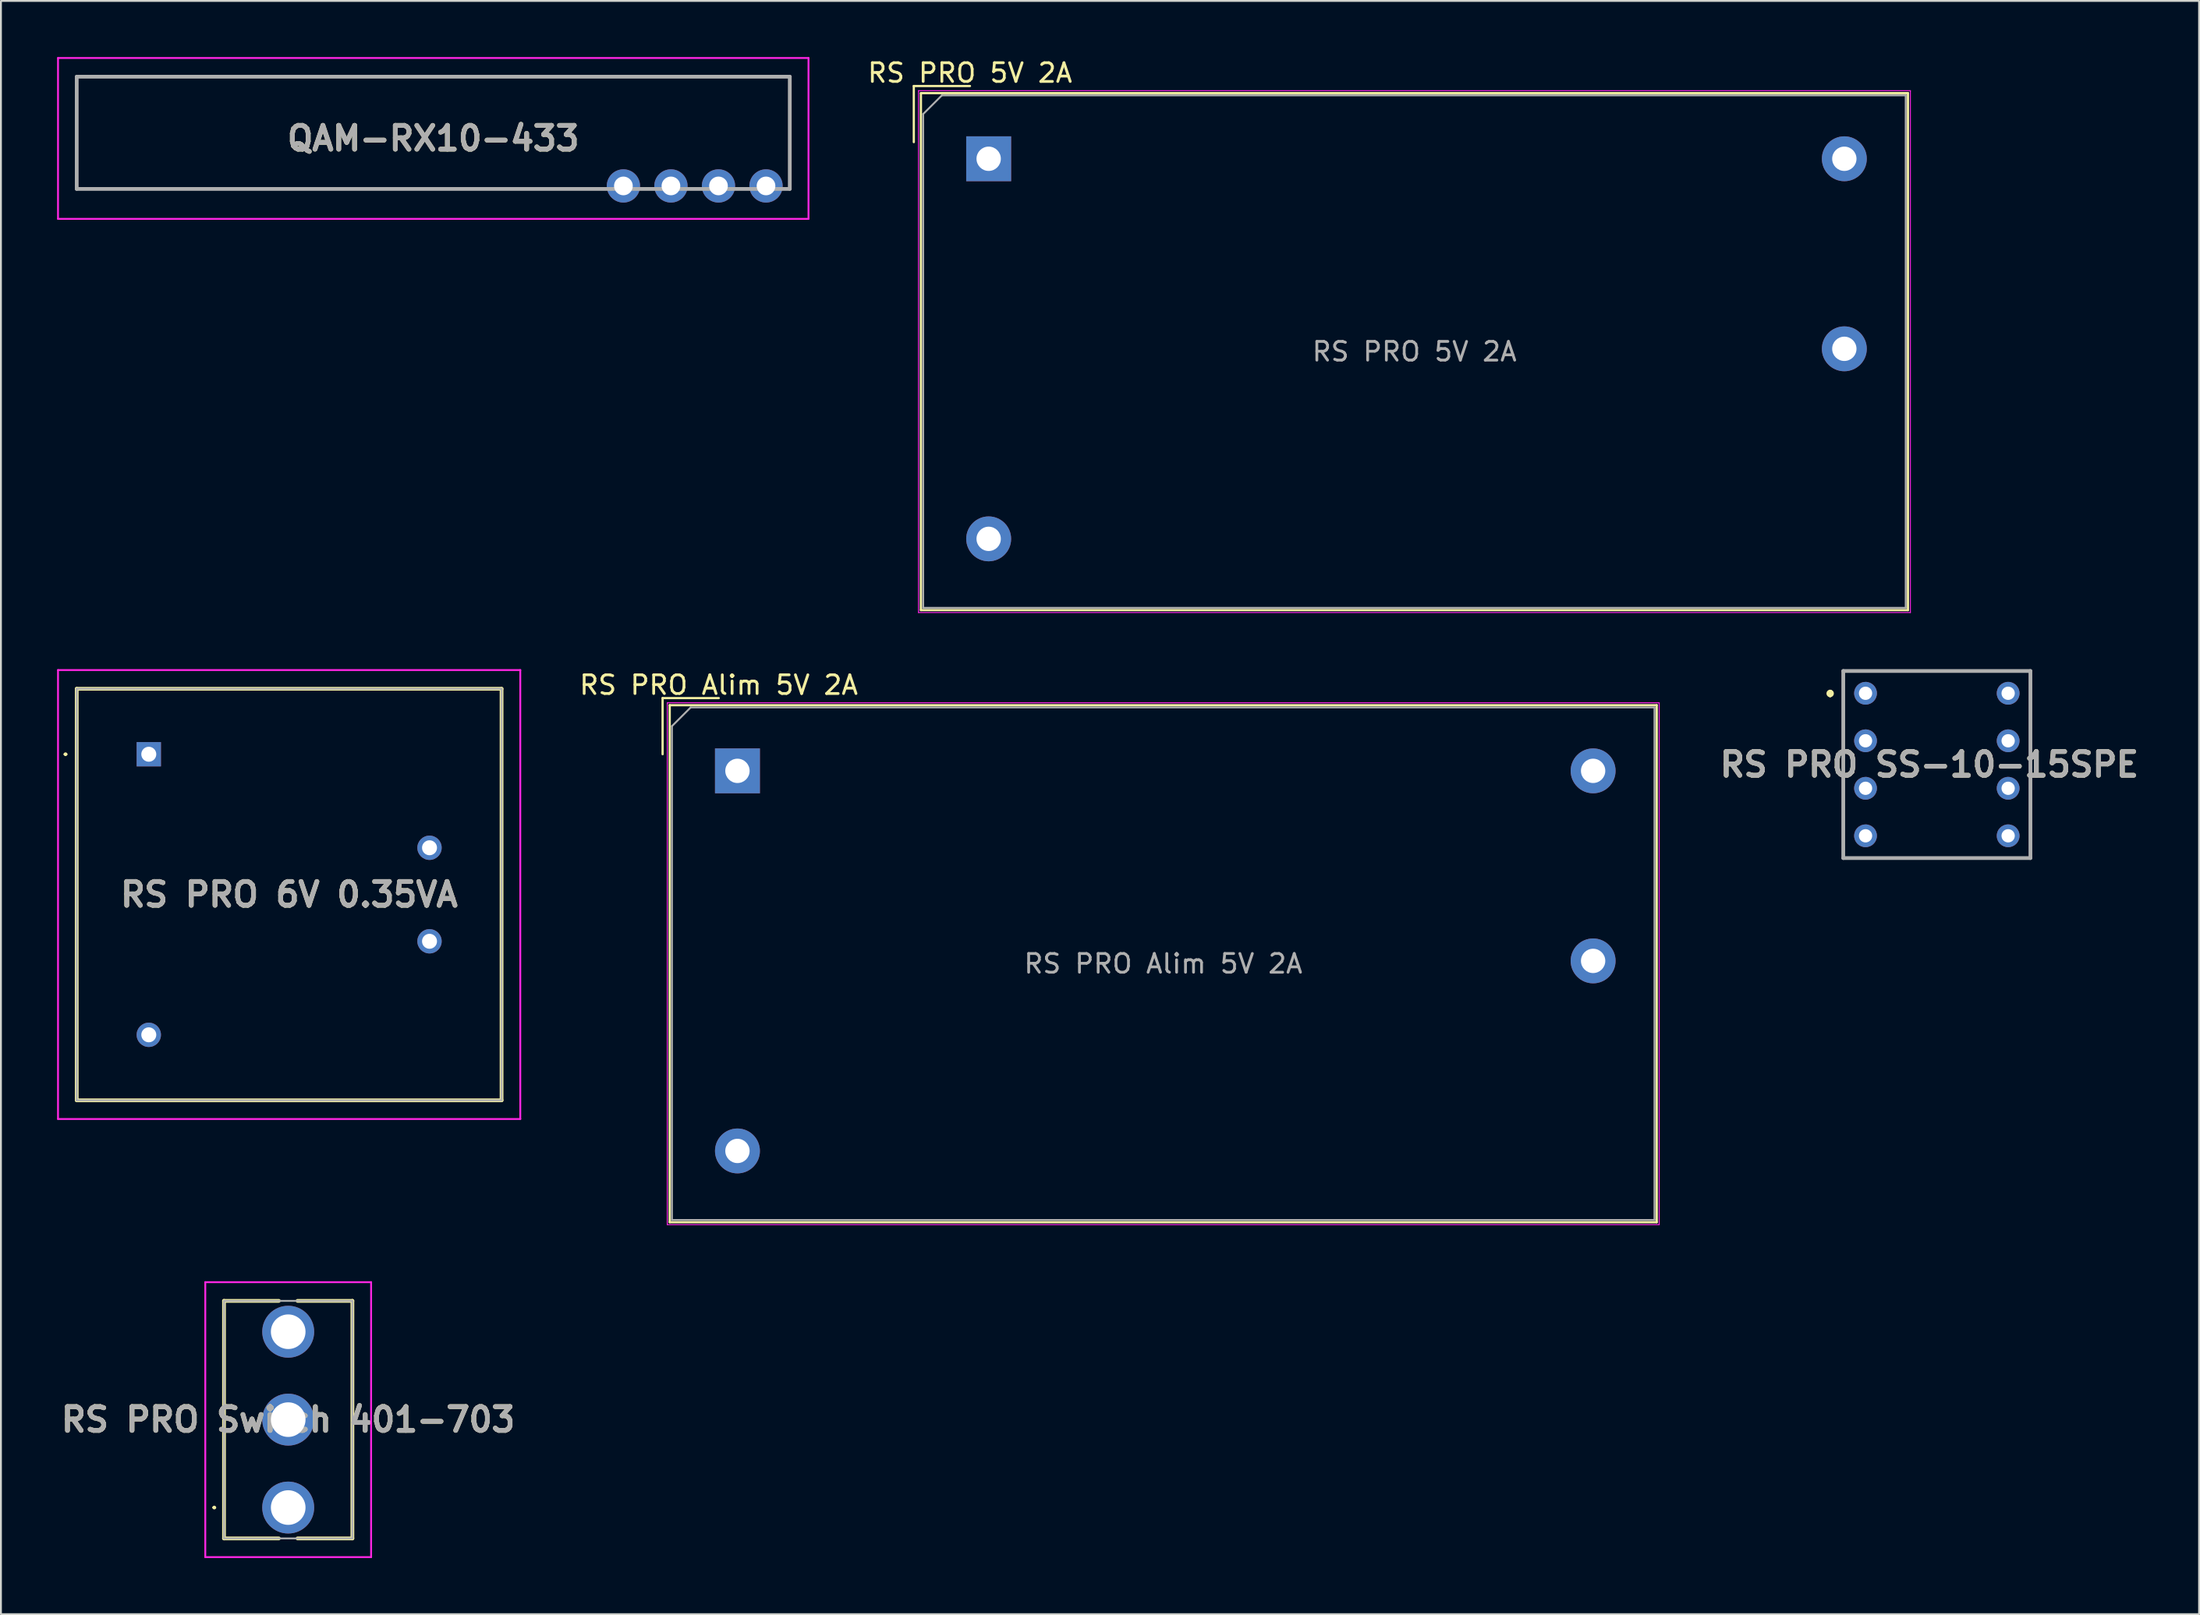
<source format=kicad_pcb>
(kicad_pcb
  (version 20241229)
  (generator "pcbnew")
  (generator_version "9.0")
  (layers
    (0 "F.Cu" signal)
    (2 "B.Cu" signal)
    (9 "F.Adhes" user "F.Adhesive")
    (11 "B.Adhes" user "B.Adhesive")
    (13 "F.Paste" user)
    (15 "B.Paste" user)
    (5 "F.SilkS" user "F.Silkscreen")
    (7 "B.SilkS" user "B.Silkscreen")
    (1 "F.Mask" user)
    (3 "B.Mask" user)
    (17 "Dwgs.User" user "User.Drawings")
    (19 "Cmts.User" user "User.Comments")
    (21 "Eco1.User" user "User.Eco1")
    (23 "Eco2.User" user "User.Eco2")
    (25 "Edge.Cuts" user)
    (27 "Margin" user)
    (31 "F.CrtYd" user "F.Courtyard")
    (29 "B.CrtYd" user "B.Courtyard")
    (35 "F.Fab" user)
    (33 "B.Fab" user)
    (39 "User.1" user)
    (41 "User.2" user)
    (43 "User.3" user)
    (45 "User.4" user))
  (footprint "QAM-RX10-433"
    (layer "F.Cu")
    (at 20.1 4.35)
    (property "Reference" "QAM-RX10-433" (at 0 0 0) (layer "F.SilkS") (effects (font (size 1.27 1.27) (thickness 0.254))))
    (attr through_hole)
    (fp_line (start -19.05 -3.3) (end 19.05 -3.3) (stroke (width 0.1) (type solid)) (layer "F.SilkS"))
    (fp_line (start -19.05 2.7) (end -19.05 -3.3) (stroke (width 0.1) (type solid)) (layer "F.SilkS"))
    (fp_line (start -18.6 2.7) (end -19.05 2.7) (stroke (width 0.1) (type solid)) (layer "F.SilkS"))
    (fp_line (start -18.6 2.7) (end 7.62 2.7) (stroke (width 0.1) (type solid)) (layer "F.SilkS"))
    (fp_line (start 19.05 -3.3) (end 19.05 2.7) (stroke (width 0.1) (type solid)) (layer "F.SilkS"))
    (fp_line (start 19.05 2.7) (end 18.6 2.7) (stroke (width 0.1) (type solid)) (layer "F.SilkS"))
    (fp_line (start -20.05 -4.3) (end -20.05 4.3) (stroke (width 0.1) (type solid)) (layer "F.CrtYd"))
    (fp_line (start -20.05 4.3) (end 20.05 4.3) (stroke (width 0.1) (type solid)) (layer "F.CrtYd"))
    (fp_line (start 20.05 -4.3) (end -20.05 -4.3) (stroke (width 0.1) (type solid)) (layer "F.CrtYd"))
    (fp_line (start 20.05 4.3) (end 20.05 -4.3) (stroke (width 0.1) (type solid)) (layer "F.CrtYd"))
    (fp_line (start -19.05 -3.3) (end -19.05 2.7) (stroke (width 0.2) (type solid)) (layer "F.Fab"))
    (fp_line (start -19.05 2.7) (end 19.05 2.7) (stroke (width 0.2) (type solid)) (layer "F.Fab"))
    (fp_line (start 19.05 -3.3) (end -19.05 -3.3) (stroke (width 0.2) (type solid)) (layer "F.Fab"))
    (fp_line (start 19.05 2.7) (end 19.05 -3.3) (stroke (width 0.2) (type solid)) (layer "F.Fab"))
    (fp_text user "${REFERENCE}" (at 0 0 0) (layer "F.Fab") (effects (font (size 1.27 1.27) (thickness 0.254))))
    (pad "1" thru_hole circle (at 10.16 2.54 90) (size 1.778 1.778) (drill 1) (layers "*.Cu" "*.Mask"))
    (pad "2" thru_hole circle (at 12.7 2.54 90) (size 1.778 1.778) (drill 1) (layers "*.Cu" "*.Mask"))
    (pad "3" thru_hole circle (at 15.24 2.54 90) (size 1.778 1.778) (drill 1) (layers "*.Cu" "*.Mask"))
    (pad "4" thru_hole circle (at 17.78 2.54 90) (size 1.778 1.778) (drill 1) (layers "*.Cu" "*.Mask")))
  (footprint "RS PRO 6V 0.35VA"
    (layer "F.Cu")
    (at 4.9 37.273)
    (property "Reference" "RS PRO 6V 0.35VA" (at 7.5 7.5 0) (layer "F.SilkS") (effects (font (size 1.27 1.27) (thickness 0.254))))
    (attr through_hole)
    (fp_line (start -4.5 0) (end -4.5 0) (stroke (width 0.1) (type solid)) (layer "F.SilkS"))
    (fp_line (start -4.4 0) (end -4.4 0) (stroke (width 0.1) (type solid)) (layer "F.SilkS"))
    (fp_line (start -3.85 -3.5) (end 18.85 -3.5) (stroke (width 0.2) (type solid)) (layer "F.SilkS"))
    (fp_line (start -3.85 18.5) (end -3.85 -3.5) (stroke (width 0.2) (type solid)) (layer "F.SilkS"))
    (fp_line (start 18.85 -3.5) (end 18.85 18.5) (stroke (width 0.2) (type solid)) (layer "F.SilkS"))
    (fp_line (start 18.85 18.5) (end -3.85 18.5) (stroke (width 0.2) (type solid)) (layer "F.SilkS"))
    (fp_arc (start -4.5 0) (mid -4.45 -0.05) (end -4.4 0) (stroke (width 0.1) (type solid)) (layer "F.SilkS"))
    (fp_arc (start -4.4 0) (mid -4.45 0.05) (end -4.5 0) (stroke (width 0.1) (type solid)) (layer "F.SilkS"))
    (fp_line (start -4.85 -4.5) (end 19.85 -4.5) (stroke (width 0.1) (type solid)) (layer "F.CrtYd"))
    (fp_line (start -4.85 19.5) (end -4.85 -4.5) (stroke (width 0.1) (type solid)) (layer "F.CrtYd"))
    (fp_line (start 19.85 -4.5) (end 19.85 19.5) (stroke (width 0.1) (type solid)) (layer "F.CrtYd"))
    (fp_line (start 19.85 19.5) (end -4.85 19.5) (stroke (width 0.1) (type solid)) (layer "F.CrtYd"))
    (fp_line (start -3.85 -3.5) (end 18.85 -3.5) (stroke (width 0.1) (type solid)) (layer "F.Fab"))
    (fp_line (start -3.85 18.5) (end -3.85 -3.5) (stroke (width 0.1) (type solid)) (layer "F.Fab"))
    (fp_line (start 18.85 -3.5) (end 18.85 18.5) (stroke (width 0.1) (type solid)) (layer "F.Fab"))
    (fp_line (start 18.85 18.5) (end -3.85 18.5) (stroke (width 0.1) (type solid)) (layer "F.Fab"))
    (fp_text user "${REFERENCE}" (at 7.5 7.5 0) (layer "F.Fab") (effects (font (size 1.27 1.27) (thickness 0.254))))
    (pad "1" thru_hole rect (at 0 0) (size 1.3 1.3) (drill 0.8) (layers "*.Cu" "*.Mask"))
    (pad "2" thru_hole circle (at 0 15) (size 1.3 1.3) (drill 0.8) (layers "*.Cu" "*.Mask"))
    (pad "3" thru_hole circle (at 15 5) (size 1.3 1.3) (drill 0.8) (layers "*.Cu" "*.Mask"))
    (pad "4" thru_hole circle (at 15 10) (size 1.3 1.3) (drill 0.8) (layers "*.Cu" "*.Mask")))
  (footprint "RS PRO 5V 2A"
    (layer "F.Cu")
    (at 49.777 5.438)
    (property "Reference" "RS PRO 5V 2A" (at -1 -4.59 0) (layer "F.SilkS") (effects (font (size 1 1) (thickness 0.15))))
    (attr through_hole)
    (fp_line (start -4 -3.89) (end -1 -3.89) (stroke (width 0.12) (type solid)) (layer "F.SilkS"))
    (fp_line (start -4 -0.89) (end -4 -3.89) (stroke (width 0.12) (type solid)) (layer "F.SilkS"))
    (fp_line (start -3.62 -3.51) (end -3.62 24.13) (stroke (width 0.12) (type solid)) (layer "F.SilkS"))
    (fp_line (start -3.62 -3.51) (end 49.12 -3.51) (stroke (width 0.12) (type solid)) (layer "F.SilkS"))
    (fp_line (start -3.62 24.13) (end 49.12 24.13) (stroke (width 0.12) (type solid)) (layer "F.SilkS"))
    (fp_line (start 49.12 -3.51) (end 49.12 24.13) (stroke (width 0.12) (type solid)) (layer "F.SilkS"))
    (fp_line (start -3.75 -3.64) (end -3.75 24.26) (stroke (width 0.05) (type solid)) (layer "F.CrtYd"))
    (fp_line (start -3.75 -3.64) (end 49.25 -3.64) (stroke (width 0.05) (type solid)) (layer "F.CrtYd"))
    (fp_line (start -3.75 24.26) (end 49.25 24.26) (stroke (width 0.05) (type solid)) (layer "F.CrtYd"))
    (fp_line (start 49.25 -3.64) (end 49.25 24.26) (stroke (width 0.05) (type solid)) (layer "F.CrtYd"))
    (fp_line (start -3.5 -2.39) (end -2.5 -3.39) (stroke (width 0.1) (type solid)) (layer "F.Fab"))
    (fp_line (start -3.5 24.01) (end -3.5 -2.39) (stroke (width 0.1) (type solid)) (layer "F.Fab"))
    (fp_line (start -2.5 -3.39) (end 49 -3.39) (stroke (width 0.1) (type solid)) (layer "F.Fab"))
    (fp_line (start 49 -3.39) (end 49 24.01) (stroke (width 0.1) (type solid)) (layer "F.Fab"))
    (fp_line (start 49 24.01) (end -3.5 24.01) (stroke (width 0.1) (type solid)) (layer "F.Fab"))
    (fp_text user "${REFERENCE}" (at 22.75 10.31 0) (layer "F.Fab") (effects (font (size 1 1) (thickness 0.15))))
    (pad "1" thru_hole rect (at 0 0) (size 2.4 2.4) (drill 1.3) (layers "*.Cu" "*.Mask"))
    (pad "2" thru_hole circle (at 0 20.32) (size 2.4 2.4) (drill 1.3) (layers "*.Cu" "*.Mask"))
    (pad "3" thru_hole circle (at 45.72 10.16) (size 2.4 2.4) (drill 1.3) (layers "*.Cu" "*.Mask"))
    (pad "4" thru_hole circle (at 45.72 0) (size 2.4 2.4) (drill 1.3) (layers "*.Cu" "*.Mask")))
  (footprint "RS PRO Switch 401-703"
    (layer "F.Cu")
    (at 12.349 77.546)
    (property "Reference" "RS PRO Switch 401-703" (at 0 -4.7 0) (layer "F.SilkS") (effects (font (size 1.27 1.27) (thickness 0.254))))
    (attr through_hole)
    (fp_line (start -4 0) (end -4 0) (stroke (width 0.1) (type solid)) (layer "F.SilkS"))
    (fp_line (start -3.9 0) (end -3.9 0) (stroke (width 0.1) (type solid)) (layer "F.SilkS"))
    (fp_line (start -3.43 -11.05) (end -0.5 -11.05) (stroke (width 0.2) (type solid)) (layer "F.SilkS"))
    (fp_line (start -3.43 1.65) (end -3.43 -11.05) (stroke (width 0.2) (type solid)) (layer "F.SilkS"))
    (fp_line (start -0.5 1.65) (end -3.43 1.65) (stroke (width 0.2) (type solid)) (layer "F.SilkS"))
    (fp_line (start 0.5 -11.05) (end 3.43 -11.05) (stroke (width 0.2) (type solid)) (layer "F.SilkS"))
    (fp_line (start 3.43 -11.05) (end 3.43 1.65) (stroke (width 0.2) (type solid)) (layer "F.SilkS"))
    (fp_line (start 3.43 1.65) (end 0.5 1.65) (stroke (width 0.2) (type solid)) (layer "F.SilkS"))
    (fp_arc (start -4 0) (mid -3.95 -0.05) (end -3.9 0) (stroke (width 0.1) (type solid)) (layer "F.SilkS"))
    (fp_arc (start -3.9 0) (mid -3.95 0.05) (end -4 0) (stroke (width 0.1) (type solid)) (layer "F.SilkS"))
    (fp_line (start -4.43 -12.05) (end -4.43 2.65) (stroke (width 0.1) (type solid)) (layer "F.CrtYd"))
    (fp_line (start -4.43 2.65) (end 4.43 2.65) (stroke (width 0.1) (type solid)) (layer "F.CrtYd"))
    (fp_line (start 4.43 -12.05) (end -4.43 -12.05) (stroke (width 0.1) (type solid)) (layer "F.CrtYd"))
    (fp_line (start 4.43 2.65) (end 4.43 -12.05) (stroke (width 0.1) (type solid)) (layer "F.CrtYd"))
    (fp_line (start -3.43 -11.05) (end -3.43 1.65) (stroke (width 0.1) (type solid)) (layer "F.Fab"))
    (fp_line (start -3.43 1.65) (end 3.43 1.65) (stroke (width 0.1) (type solid)) (layer "F.Fab"))
    (fp_line (start 3.43 -11.05) (end -3.43 -11.05) (stroke (width 0.1) (type solid)) (layer "F.Fab"))
    (fp_line (start 3.43 1.65) (end 3.43 -11.05) (stroke (width 0.1) (type solid)) (layer "F.Fab"))
    (fp_text user "${REFERENCE}" (at 0 -4.7 0) (layer "F.Fab") (effects (font (size 1.27 1.27) (thickness 0.254))))
    (pad "1" thru_hole circle (at 0 0) (size 2.775 2.775) (drill 1.85) (layers "*.Cu" "*.Mask"))
    (pad "2" thru_hole circle (at 0 -4.7) (size 2.775 2.775) (drill 1.85) (layers "*.Cu" "*.Mask"))
    (pad "3" thru_hole circle (at 0 -9.4) (size 2.775 2.775) (drill 1.85) (layers "*.Cu" "*.Mask")))
  (footprint "RS PRO SS-10-15SPE"
    (layer "F.Cu")
    (at 100.04 37.823)
    (property "Reference" "RS PRO SS-10-15SPE" (at 0 0 0) (layer "F.SilkS") (effects (font (size 1.27 1.27) (thickness 0.254))))
    (attr through_hole)
    (fp_line (start -5.3 -3.9) (end -5.3 -3.9) (stroke (width 0.2) (type solid)) (layer "F.SilkS"))
    (fp_line (start -5.3 -3.7) (end -5.3 -3.7) (stroke (width 0.2) (type solid)) (layer "F.SilkS"))
    (fp_line (start -4.6 -5) (end 5.4 -5) (stroke (width 0.1) (type solid)) (layer "F.SilkS"))
    (fp_line (start -4.6 5) (end -4.6 -5) (stroke (width 0.1) (type solid)) (layer "F.SilkS"))
    (fp_line (start 5.4 -5) (end 5.4 5) (stroke (width 0.1) (type solid)) (layer "F.SilkS"))
    (fp_line (start 5.4 5) (end -4.6 5) (stroke (width 0.1) (type solid)) (layer "F.SilkS"))
    (fp_arc (start -5.3 -3.9) (mid -5.2 -3.8) (end -5.3 -3.7) (stroke (width 0.2) (type solid)) (layer "F.SilkS"))
    (fp_arc (start -5.3 -3.7) (mid -5.4 -3.8) (end -5.3 -3.9) (stroke (width 0.2) (type solid)) (layer "F.SilkS"))
    (fp_line (start -4.6 -5) (end 5.4 -5) (stroke (width 0.2) (type solid)) (layer "F.Fab"))
    (fp_line (start -4.6 5) (end -4.6 -5) (stroke (width 0.2) (type solid)) (layer "F.Fab"))
    (fp_line (start 5.4 -5) (end 5.4 5) (stroke (width 0.2) (type solid)) (layer "F.Fab"))
    (fp_line (start 5.4 5) (end -4.6 5) (stroke (width 0.2) (type solid)) (layer "F.Fab"))
    (fp_text user "${REFERENCE}" (at 0 0 0) (layer "F.Fab") (effects (font (size 1.27 1.27) (thickness 0.254))))
    (pad "1" thru_hole circle (at -3.41 -3.81) (size 1.217 1.217) (drill 0.71) (layers "*.Cu" "*.Mask"))
    (pad "2" thru_hole circle (at -3.41 -1.27) (size 1.217 1.217) (drill 0.71) (layers "*.Cu" "*.Mask"))
    (pad "3" thru_hole circle (at -3.41 1.27) (size 1.217 1.217) (drill 0.71) (layers "*.Cu" "*.Mask"))
    (pad "4" thru_hole circle (at -3.41 3.81) (size 1.217 1.217) (drill 0.71) (layers "*.Cu" "*.Mask"))
    (pad "5" thru_hole circle (at 4.21 -3.81) (size 1.217 1.217) (drill 0.71) (layers "*.Cu" "*.Mask"))
    (pad "6" thru_hole circle (at 4.21 -1.27) (size 1.217 1.217) (drill 0.71) (layers "*.Cu" "*.Mask"))
    (pad "7" thru_hole circle (at 4.21 1.27) (size 1.217 1.217) (drill 0.71) (layers "*.Cu" "*.Mask"))
    (pad "8" thru_hole circle (at 4.21 3.81) (size 1.217 1.217) (drill 0.71) (layers "*.Cu" "*.Mask")))
  (footprint "RS PRO Alim 5V 2A"
    (layer "F.Cu")
    (at 36.354 38.161)
    (property "Reference" "RS PRO Alim 5V 2A" (at -1 -4.59 0) (layer "F.SilkS") (effects (font (size 1 1) (thickness 0.15))))
    (attr through_hole)
    (fp_line (start -4 -3.89) (end -1 -3.89) (stroke (width 0.12) (type solid)) (layer "F.SilkS"))
    (fp_line (start -4 -0.89) (end -4 -3.89) (stroke (width 0.12) (type solid)) (layer "F.SilkS"))
    (fp_line (start -3.62 -3.51) (end -3.62 24.13) (stroke (width 0.12) (type solid)) (layer "F.SilkS"))
    (fp_line (start -3.62 -3.51) (end 49.12 -3.51) (stroke (width 0.12) (type solid)) (layer "F.SilkS"))
    (fp_line (start -3.62 24.13) (end 49.12 24.13) (stroke (width 0.12) (type solid)) (layer "F.SilkS"))
    (fp_line (start 49.12 -3.51) (end 49.12 24.13) (stroke (width 0.12) (type solid)) (layer "F.SilkS"))
    (fp_line (start -3.75 -3.64) (end -3.75 24.26) (stroke (width 0.05) (type solid)) (layer "F.CrtYd"))
    (fp_line (start -3.75 -3.64) (end 49.25 -3.64) (stroke (width 0.05) (type solid)) (layer "F.CrtYd"))
    (fp_line (start -3.75 24.26) (end 49.25 24.26) (stroke (width 0.05) (type solid)) (layer "F.CrtYd"))
    (fp_line (start 49.25 -3.64) (end 49.25 24.26) (stroke (width 0.05) (type solid)) (layer "F.CrtYd"))
    (fp_line (start -3.5 -2.39) (end -2.5 -3.39) (stroke (width 0.1) (type solid)) (layer "F.Fab"))
    (fp_line (start -3.5 24.01) (end -3.5 -2.39) (stroke (width 0.1) (type solid)) (layer "F.Fab"))
    (fp_line (start -2.5 -3.39) (end 49 -3.39) (stroke (width 0.1) (type solid)) (layer "F.Fab"))
    (fp_line (start 49 -3.39) (end 49 24.01) (stroke (width 0.1) (type solid)) (layer "F.Fab"))
    (fp_line (start 49 24.01) (end -3.5 24.01) (stroke (width 0.1) (type solid)) (layer "F.Fab"))
    (fp_text user "${REFERENCE}" (at 22.75 10.31 0) (layer "F.Fab") (effects (font (size 1 1) (thickness 0.15))))
    (pad "1" thru_hole rect (at 0 0) (size 2.4 2.4) (drill 1.3) (layers "*.Cu" "*.Mask"))
    (pad "2" thru_hole circle (at 0 20.32) (size 2.4 2.4) (drill 1.3) (layers "*.Cu" "*.Mask"))
    (pad "3" thru_hole circle (at 45.72 10.16) (size 2.4 2.4) (drill 1.3) (layers "*.Cu" "*.Mask"))
    (pad "4" thru_hole circle (at 45.72 0) (size 2.4 2.4) (drill 1.3) (layers "*.Cu" "*.Mask")))
  (gr_rect
    (start -3 -3)
    (end 114.452 83.246)
    (stroke (width 0.1) (type default))
    (fill no)
    (layer "Edge.Cuts")))
</source>
